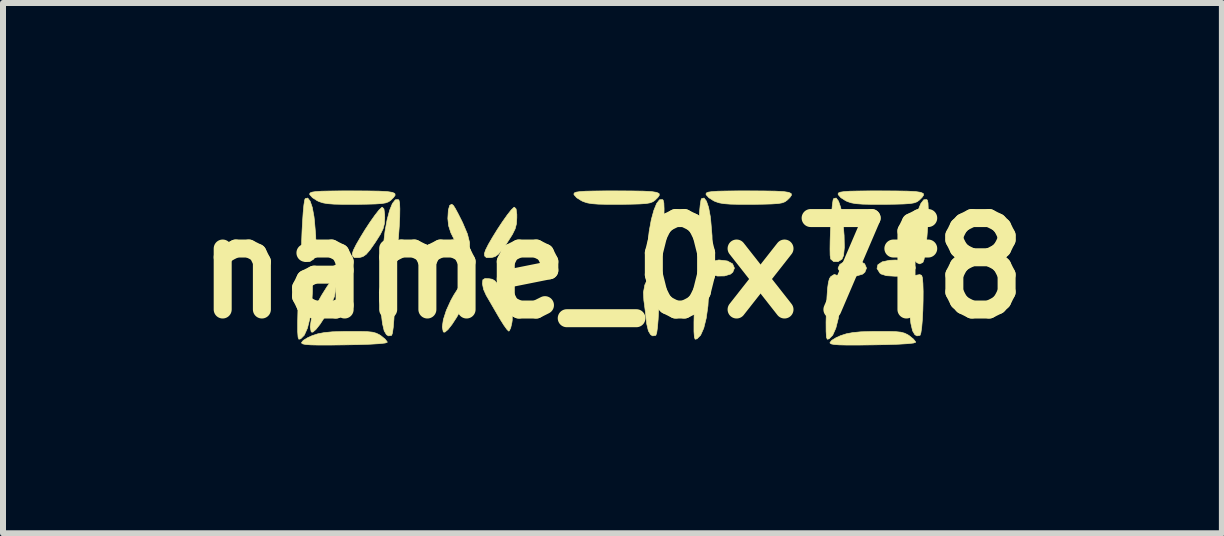
<source format=kicad_pcb>
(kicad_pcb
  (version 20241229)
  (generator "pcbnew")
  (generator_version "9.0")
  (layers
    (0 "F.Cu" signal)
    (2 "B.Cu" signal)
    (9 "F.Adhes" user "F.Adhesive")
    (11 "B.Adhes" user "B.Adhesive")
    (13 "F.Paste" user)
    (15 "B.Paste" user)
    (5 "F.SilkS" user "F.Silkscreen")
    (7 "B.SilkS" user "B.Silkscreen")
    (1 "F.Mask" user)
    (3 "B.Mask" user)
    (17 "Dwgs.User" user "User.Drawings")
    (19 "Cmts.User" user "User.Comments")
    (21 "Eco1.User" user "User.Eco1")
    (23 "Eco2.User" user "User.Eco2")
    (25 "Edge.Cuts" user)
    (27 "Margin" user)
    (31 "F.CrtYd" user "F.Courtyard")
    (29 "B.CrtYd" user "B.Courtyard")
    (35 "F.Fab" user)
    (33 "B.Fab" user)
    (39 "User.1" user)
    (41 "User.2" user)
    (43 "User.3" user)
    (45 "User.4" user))
  (footprint "name_0x7f8"
    (layer "F.Cu")
    (at 7.156 1.418)
    (property "Reference" "name_0x7f8" (at 0 0 0) (layer "F.SilkS") (effects (font (size 1.524 1.524) (thickness 0.3))))
    (attr through_hole)
    (fp_poly (pts (xy 1.915 -0.119) (xy 2.001 -0.072) (xy 2.032 -0.000094) (xy 2.032 0) (xy 2.005 0.068) (xy 1.966 0.1) (xy 1.867 0.13) (xy 1.751 0.132) (xy 1.651 0.108) (xy 1.611 0.082) (xy 1.568 0.028) (xy 1.558 0) (xy 1.588 -0.061) (xy 1.664 -0.111) (xy 1.764 -0.135) (xy 1.783 -0.135) (xy 1.915 -0.119)) (stroke (width 0.01) (type solid)) (fill yes) (layer "F.SilkS"))
    (fp_poly (pts (xy 4.116 -0.119) (xy 4.202 -0.072) (xy 4.233 -0.000094) (xy 4.233 0) (xy 4.206 0.068) (xy 4.168 0.1) (xy 4.068 0.13) (xy 3.953 0.132) (xy 3.852 0.108) (xy 3.812 0.082) (xy 3.77 0.028) (xy 3.759 0) (xy 3.789 -0.061) (xy 3.865 -0.111) (xy 3.965 -0.135) (xy 3.984 -0.135) (xy 4.116 -0.119)) (stroke (width 0.01) (type solid)) (fill yes) (layer "F.SilkS"))
    (fp_poly (pts (xy 4.881 -0.125) (xy 4.989 -0.092) (xy 5.04 -0.036) (xy 5.046 0) (xy 5.02 0.068) (xy 4.939 0.112) (xy 4.8 0.133) (xy 4.712 0.135) (xy 4.564 0.126) (xy 4.474 0.097) (xy 4.456 0.082) (xy 4.408 0.006) (xy 4.423 -0.057) (xy 4.495 -0.105) (xy 4.619 -0.131) (xy 4.712 -0.135) (xy 4.881 -0.125)) (stroke (width 0.01) (type solid)) (fill yes) (layer "F.SilkS"))
    (fp_poly (pts (xy -4.616 0.204) (xy -4.606 0.279) (xy -4.606 0.31) (xy -4.632 0.47) (xy -4.712 0.663) (xy -4.716 0.672) (xy -4.795 0.815) (xy -4.873 0.935) (xy -4.942 1.022) (xy -4.994 1.067) (xy -5.02 1.064) (xy -5.037 0.981) (xy -5.019 0.857) (xy -4.971 0.705) (xy -4.895 0.54) (xy -4.847 0.453) (xy -4.754 0.305) (xy -4.687 0.215) (xy -4.642 0.182) (xy -4.616 0.204)) (stroke (width 0.01) (type solid)) (fill yes) (layer "F.SilkS"))
    (fp_poly (pts (xy -2.415 0.204) (xy -2.405 0.279) (xy -2.405 0.31) (xy -2.431 0.47) (xy -2.51 0.663) (xy -2.515 0.672) (xy -2.594 0.815) (xy -2.672 0.935) (xy -2.74 1.022) (xy -2.793 1.067) (xy -2.819 1.064) (xy -2.836 0.981) (xy -2.818 0.857) (xy -2.769 0.705) (xy -2.694 0.54) (xy -2.646 0.453) (xy -2.552 0.305) (xy -2.485 0.215) (xy -2.441 0.182) (xy -2.415 0.204)) (stroke (width 0.01) (type solid)) (fill yes) (layer "F.SilkS"))
    (fp_poly (pts (xy -5.054 0.123) (xy -5.022 0.157) (xy -5.005 0.219) (xy -4.999 0.325) (xy -5 0.393) (xy -5.013 0.63) (xy -5.042 0.835) (xy -5.083 1) (xy -5.135 1.117) (xy -5.195 1.178) (xy -5.226 1.185) (xy -5.239 1.152) (xy -5.246 1.055) (xy -5.246 0.898) (xy -5.241 0.69) (xy -5.232 0.486) (xy -5.221 0.339) (xy -5.208 0.239) (xy -5.19 0.176) (xy -5.167 0.141) (xy -5.109 0.105) (xy -5.054 0.123)) (stroke (width 0.01) (type solid)) (fill yes) (layer "F.SilkS"))
    (fp_poly (pts (xy 1.55 0.123) (xy 1.582 0.157) (xy 1.599 0.219) (xy 1.605 0.325) (xy 1.604 0.393) (xy 1.591 0.63) (xy 1.562 0.835) (xy 1.521 1) (xy 1.469 1.117) (xy 1.409 1.178) (xy 1.378 1.185) (xy 1.365 1.152) (xy 1.358 1.055) (xy 1.358 0.898) (xy 1.363 0.69) (xy 1.372 0.486) (xy 1.383 0.339) (xy 1.396 0.239) (xy 1.414 0.176) (xy 1.437 0.141) (xy 1.495 0.105) (xy 1.55 0.123)) (stroke (width 0.01) (type solid)) (fill yes) (layer "F.SilkS"))
    (fp_poly (pts (xy 3.751 0.123) (xy 3.784 0.157) (xy 3.801 0.219) (xy 3.806 0.325) (xy 3.805 0.393) (xy 3.792 0.63) (xy 3.764 0.835) (xy 3.722 1) (xy 3.67 1.117) (xy 3.61 1.178) (xy 3.58 1.185) (xy 3.566 1.152) (xy 3.56 1.055) (xy 3.559 0.898) (xy 3.565 0.69) (xy 3.574 0.486) (xy 3.584 0.339) (xy 3.598 0.239) (xy 3.615 0.176) (xy 3.638 0.141) (xy 3.696 0.105) (xy 3.751 0.123)) (stroke (width 0.01) (type solid)) (fill yes) (layer "F.SilkS"))
    (fp_poly (pts (xy -5.038 -1.116) (xy -5.002 -1.011) (xy -4.974 -0.86) (xy -4.967 -0.799) (xy -4.945 -0.541) (xy -4.941 -0.345) (xy -4.955 -0.212) (xy -4.98 -0.15) (xy -5.046 -0.108) (xy -5.119 -0.109) (xy -5.169 -0.152) (xy -5.171 -0.156) (xy -5.178 -0.213) (xy -5.181 -0.318) (xy -5.179 -0.458) (xy -5.173 -0.617) (xy -5.164 -0.779) (xy -5.154 -0.929) (xy -5.142 -1.053) (xy -5.129 -1.135) (xy -5.12 -1.158) (xy -5.078 -1.168) (xy -5.038 -1.116)) (stroke (width 0.01) (type solid)) (fill yes) (layer "F.SilkS"))
    (fp_poly (pts (xy 1.566 -1.116) (xy 1.602 -1.011) (xy 1.63 -0.86) (xy 1.637 -0.799) (xy 1.659 -0.541) (xy 1.663 -0.345) (xy 1.649 -0.212) (xy 1.624 -0.15) (xy 1.558 -0.108) (xy 1.485 -0.109) (xy 1.435 -0.152) (xy 1.433 -0.156) (xy 1.426 -0.213) (xy 1.423 -0.318) (xy 1.425 -0.458) (xy 1.431 -0.617) (xy 1.44 -0.779) (xy 1.45 -0.929) (xy 1.462 -1.053) (xy 1.475 -1.135) (xy 1.484 -1.158) (xy 1.526 -1.168) (xy 1.566 -1.116)) (stroke (width 0.01) (type solid)) (fill yes) (layer "F.SilkS"))
    (fp_poly (pts (xy 3.767 -1.116) (xy 3.803 -1.011) (xy 3.831 -0.86) (xy 3.839 -0.799) (xy 3.86 -0.541) (xy 3.864 -0.345) (xy 3.851 -0.212) (xy 3.825 -0.15) (xy 3.759 -0.108) (xy 3.686 -0.109) (xy 3.636 -0.152) (xy 3.635 -0.156) (xy 3.627 -0.213) (xy 3.625 -0.318) (xy 3.627 -0.458) (xy 3.632 -0.617) (xy 3.641 -0.779) (xy 3.652 -0.929) (xy 3.664 -1.053) (xy 3.676 -1.135) (xy 3.685 -1.158) (xy 3.727 -1.168) (xy 3.767 -1.116)) (stroke (width 0.01) (type solid)) (fill yes) (layer "F.SilkS"))
    (fp_poly (pts (xy -3.653 0.121) (xy -3.64 0.162) (xy -3.632 0.256) (xy -3.628 0.387) (xy -3.629 0.541) (xy -3.634 0.702) (xy -3.642 0.855) (xy -3.653 0.986) (xy -3.666 1.08) (xy -3.68 1.12) (xy -3.731 1.129) (xy -3.766 1.109) (xy -3.804 1.045) (xy -3.832 0.926) (xy -3.84 0.864) (xy -3.855 0.729) (xy -3.871 0.602) (xy -3.88 0.54) (xy -3.886 0.404) (xy -3.863 0.28) (xy -3.818 0.181) (xy -3.756 0.12) (xy -3.685 0.108) (xy -3.653 0.121)) (stroke (width 0.01) (type solid)) (fill yes) (layer "F.SilkS"))
    (fp_poly (pts (xy -2.65 -1.043) (xy -2.618 -0.992) (xy -2.568 -0.899) (xy -2.508 -0.78) (xy -2.492 -0.746) (xy -2.417 -0.569) (xy -2.381 -0.426) (xy -2.381 -0.297) (xy -2.4 -0.207) (xy -2.422 -0.154) (xy -2.449 -0.161) (xy -2.46 -0.173) (xy -2.493 -0.225) (xy -2.548 -0.317) (xy -2.613 -0.431) (xy -2.62 -0.444) (xy -2.693 -0.589) (xy -2.731 -0.707) (xy -2.743 -0.823) (xy -2.743 -0.833) (xy -2.735 -0.968) (xy -2.712 -1.046) (xy -2.678 -1.065) (xy -2.65 -1.043)) (stroke (width 0.01) (type solid)) (fill yes) (layer "F.SilkS"))
    (fp_poly (pts (xy 0.749 0.121) (xy 0.763 0.162) (xy 0.771 0.256) (xy 0.774 0.387) (xy 0.774 0.541) (xy 0.769 0.702) (xy 0.761 0.855) (xy 0.75 0.986) (xy 0.737 1.08) (xy 0.722 1.12) (xy 0.671 1.129) (xy 0.636 1.109) (xy 0.598 1.045) (xy 0.57 0.926) (xy 0.563 0.864) (xy 0.548 0.729) (xy 0.532 0.602) (xy 0.523 0.54) (xy 0.516 0.404) (xy 0.539 0.28) (xy 0.585 0.181) (xy 0.647 0.12) (xy 0.717 0.108) (xy 0.749 0.121)) (stroke (width 0.01) (type solid)) (fill yes) (layer "F.SilkS"))
    (fp_poly (pts (xy 5.152 0.121) (xy 5.165 0.162) (xy 5.173 0.256) (xy 5.177 0.387) (xy 5.176 0.541) (xy 5.172 0.702) (xy 5.164 0.855) (xy 5.153 0.986) (xy 5.139 1.08) (xy 5.125 1.12) (xy 5.074 1.129) (xy 5.039 1.109) (xy 5.001 1.045) (xy 4.973 0.926) (xy 4.965 0.864) (xy 4.951 0.729) (xy 4.935 0.602) (xy 4.925 0.54) (xy 4.919 0.404) (xy 4.942 0.28) (xy 4.988 0.181) (xy 5.049 0.12) (xy 5.12 0.108) (xy 5.152 0.121)) (stroke (width 0.01) (type solid)) (fill yes) (layer "F.SilkS"))
    (fp_poly (pts (xy -3.558 -1.133) (xy -3.547 -1.086) (xy -3.543 -0.988) (xy -3.545 -0.853) (xy -3.553 -0.695) (xy -3.565 -0.53) (xy -3.579 -0.373) (xy -3.596 -0.238) (xy -3.614 -0.141) (xy -3.632 -0.096) (xy -3.633 -0.095) (xy -3.686 -0.071) (xy -3.73 -0.089) (xy -3.774 -0.133) (xy -3.808 -0.188) (xy -3.822 -0.266) (xy -3.817 -0.388) (xy -3.816 -0.396) (xy -3.79 -0.616) (xy -3.755 -0.808) (xy -3.713 -0.965) (xy -3.667 -1.077) (xy -3.618 -1.139) (xy -3.571 -1.143) (xy -3.558 -1.133)) (stroke (width 0.01) (type solid)) (fill yes) (layer "F.SilkS"))
    (fp_poly (pts (xy 0.844 -1.133) (xy 0.856 -1.086) (xy 0.86 -0.988) (xy 0.858 -0.853) (xy 0.85 -0.695) (xy 0.838 -0.53) (xy 0.823 -0.373) (xy 0.806 -0.238) (xy 0.788 -0.141) (xy 0.77 -0.096) (xy 0.769 -0.095) (xy 0.717 -0.071) (xy 0.673 -0.089) (xy 0.629 -0.133) (xy 0.594 -0.188) (xy 0.581 -0.266) (xy 0.586 -0.388) (xy 0.587 -0.396) (xy 0.612 -0.616) (xy 0.647 -0.808) (xy 0.69 -0.965) (xy 0.736 -1.077) (xy 0.784 -1.139) (xy 0.832 -1.143) (xy 0.844 -1.133)) (stroke (width 0.01) (type solid)) (fill yes) (layer "F.SilkS"))
    (fp_poly (pts (xy 5.247 -1.133) (xy 5.258 -1.086) (xy 5.262 -0.988) (xy 5.26 -0.853) (xy 5.253 -0.695) (xy 5.241 -0.53) (xy 5.226 -0.373) (xy 5.209 -0.238) (xy 5.191 -0.141) (xy 5.173 -0.096) (xy 5.172 -0.095) (xy 5.12 -0.071) (xy 5.075 -0.089) (xy 5.031 -0.133) (xy 4.997 -0.188) (xy 4.984 -0.266) (xy 4.988 -0.388) (xy 4.989 -0.396) (xy 5.015 -0.616) (xy 5.05 -0.808) (xy 5.092 -0.965) (xy 5.139 -1.077) (xy 5.187 -1.139) (xy 5.235 -1.143) (xy 5.247 -1.133)) (stroke (width 0.01) (type solid)) (fill yes) (layer "F.SilkS"))
    (fp_poly (pts (xy -3.808 -0.986) (xy -3.796 -0.895) (xy -3.795 -0.838) (xy -3.801 -0.739) (xy -3.823 -0.654) (xy -3.869 -0.561) (xy -3.947 -0.438) (xy -3.957 -0.423) (xy -4.041 -0.303) (xy -4.104 -0.23) (xy -4.159 -0.192) (xy -4.218 -0.176) (xy -4.226 -0.176) (xy -4.301 -0.175) (xy -4.331 -0.202) (xy -4.335 -0.242) (xy -4.317 -0.299) (xy -4.27 -0.393) (xy -4.201 -0.512) (xy -4.121 -0.643) (xy -4.036 -0.772) (xy -3.956 -0.885) (xy -3.889 -0.97) (xy -3.843 -1.013) (xy -3.835 -1.015) (xy -3.808 -0.986)) (stroke (width 0.01) (type solid)) (fill yes) (layer "F.SilkS"))
    (fp_poly (pts (xy -1.606 -0.986) (xy -1.594 -0.895) (xy -1.594 -0.838) (xy -1.6 -0.739) (xy -1.622 -0.654) (xy -1.668 -0.561) (xy -1.746 -0.438) (xy -1.755 -0.423) (xy -1.84 -0.303) (xy -1.903 -0.23) (xy -1.957 -0.192) (xy -2.016 -0.176) (xy -2.024 -0.176) (xy -2.1 -0.175) (xy -2.13 -0.202) (xy -2.134 -0.242) (xy -2.116 -0.299) (xy -2.069 -0.393) (xy -2 -0.512) (xy -1.919 -0.643) (xy -1.834 -0.772) (xy -1.754 -0.885) (xy -1.687 -0.97) (xy -1.642 -1.013) (xy -1.634 -1.015) (xy -1.606 -0.986)) (stroke (width 0.01) (type solid)) (fill yes) (layer "F.SilkS"))
    (fp_poly (pts (xy -2.057 0.176) (xy -2.004 0.185) (xy -1.96 0.211) (xy -1.916 0.263) (xy -1.863 0.355) (xy -1.8 0.477) (xy -1.73 0.619) (xy -1.688 0.72) (xy -1.67 0.796) (xy -1.67 0.866) (xy -1.676 0.909) (xy -1.696 0.996) (xy -1.72 1.045) (xy -1.729 1.05) (xy -1.758 1.022) (xy -1.81 0.95) (xy -1.876 0.845) (xy -1.9 0.804) (xy -1.975 0.675) (xy -2.045 0.554) (xy -2.097 0.465) (xy -2.104 0.453) (xy -2.148 0.355) (xy -2.167 0.261) (xy -2.167 0.256) (xy -2.16 0.194) (xy -2.124 0.173) (xy -2.057 0.176)) (stroke (width 0.01) (type solid)) (fill yes) (layer "F.SilkS"))
    (fp_poly (pts (xy -4.089 1.058) (xy -4 1.067) (xy -3.937 1.084) (xy -3.884 1.11) (xy -3.858 1.127) (xy -3.789 1.183) (xy -3.754 1.228) (xy -3.753 1.236) (xy -3.788 1.248) (xy -3.886 1.259) (xy -4.041 1.268) (xy -4.248 1.275) (xy -4.47 1.279) (xy -4.712 1.282) (xy -4.894 1.282) (xy -5.024 1.279) (xy -5.11 1.273) (xy -5.159 1.263) (xy -5.18 1.249) (xy -5.182 1.241) (xy -5.152 1.204) (xy -5.077 1.158) (xy -5.004 1.125) (xy -4.908 1.094) (xy -4.801 1.074) (xy -4.667 1.061) (xy -4.489 1.056) (xy -4.398 1.055) (xy -4.216 1.055) (xy -4.089 1.058)) (stroke (width 0.01) (type solid)) (fill yes) (layer "F.SilkS"))
    (fp_poly (pts (xy 4.717 1.058) (xy 4.805 1.067) (xy 4.868 1.084) (xy 4.921 1.11) (xy 4.947 1.127) (xy 5.016 1.183) (xy 5.051 1.228) (xy 5.052 1.236) (xy 5.017 1.248) (xy 4.919 1.259) (xy 4.764 1.268) (xy 4.557 1.275) (xy 4.335 1.279) (xy 4.093 1.282) (xy 3.911 1.282) (xy 3.781 1.279) (xy 3.696 1.273) (xy 3.646 1.263) (xy 3.626 1.249) (xy 3.624 1.241) (xy 3.653 1.204) (xy 3.728 1.158) (xy 3.802 1.125) (xy 3.898 1.094) (xy 4.005 1.074) (xy 4.139 1.061) (xy 4.317 1.056) (xy 4.408 1.055) (xy 4.589 1.055) (xy 4.717 1.058)) (stroke (width 0.01) (type solid)) (fill yes) (layer "F.SilkS"))
    (fp_poly (pts (xy -4.082 -1.286) (xy -3.891 -1.283) (xy -3.756 -1.276) (xy -3.669 -1.263) (xy -3.627 -1.244) (xy -3.621 -1.216) (xy -3.647 -1.178) (xy -3.695 -1.131) (xy -3.73 -1.106) (xy -3.776 -1.088) (xy -3.847 -1.076) (xy -3.952 -1.069) (xy -4.104 -1.065) (xy -4.279 -1.063) (xy -4.485 -1.063) (xy -4.637 -1.066) (xy -4.746 -1.074) (xy -4.826 -1.088) (xy -4.889 -1.109) (xy -4.919 -1.123) (xy -4.998 -1.173) (xy -5.043 -1.223) (xy -5.046 -1.236) (xy -5.038 -1.253) (xy -5.008 -1.266) (xy -4.948 -1.275) (xy -4.849 -1.282) (xy -4.705 -1.285) (xy -4.507 -1.287) (xy -4.335 -1.287) (xy -4.082 -1.286)) (stroke (width 0.01) (type solid)) (fill yes) (layer "F.SilkS"))
    (fp_poly (pts (xy 0.32 -1.286) (xy 0.512 -1.283) (xy 0.647 -1.276) (xy 0.733 -1.263) (xy 0.776 -1.244) (xy 0.781 -1.216) (xy 0.756 -1.178) (xy 0.708 -1.131) (xy 0.673 -1.106) (xy 0.626 -1.088) (xy 0.556 -1.076) (xy 0.45 -1.069) (xy 0.298 -1.065) (xy 0.123 -1.063) (xy -0.083 -1.063) (xy -0.234 -1.066) (xy -0.343 -1.074) (xy -0.423 -1.088) (xy -0.486 -1.109) (xy -0.516 -1.123) (xy -0.596 -1.173) (xy -0.64 -1.223) (xy -0.643 -1.236) (xy -0.635 -1.253) (xy -0.605 -1.266) (xy -0.545 -1.275) (xy -0.447 -1.282) (xy -0.302 -1.285) (xy -0.104 -1.287) (xy 0.068 -1.287) (xy 0.32 -1.286)) (stroke (width 0.01) (type solid)) (fill yes) (layer "F.SilkS"))
    (fp_poly (pts (xy 2.522 -1.286) (xy 2.713 -1.283) (xy 2.848 -1.276) (xy 2.935 -1.263) (xy 2.977 -1.244) (xy 2.983 -1.216) (xy 2.957 -1.178) (xy 2.909 -1.131) (xy 2.874 -1.106) (xy 2.828 -1.088) (xy 2.757 -1.076) (xy 2.652 -1.069) (xy 2.5 -1.065) (xy 2.325 -1.063) (xy 2.119 -1.063) (xy 1.967 -1.066) (xy 1.858 -1.074) (xy 1.778 -1.088) (xy 1.715 -1.109) (xy 1.685 -1.123) (xy 1.606 -1.173) (xy 1.561 -1.223) (xy 1.558 -1.236) (xy 1.566 -1.253) (xy 1.596 -1.266) (xy 1.656 -1.275) (xy 1.755 -1.282) (xy 1.899 -1.285) (xy 2.097 -1.287) (xy 2.269 -1.287) (xy 2.522 -1.286)) (stroke (width 0.01) (type solid)) (fill yes) (layer "F.SilkS"))
    (fp_poly (pts (xy 4.723 -1.286) (xy 4.914 -1.283) (xy 5.05 -1.276) (xy 5.136 -1.263) (xy 5.179 -1.244) (xy 5.184 -1.216) (xy 5.158 -1.178) (xy 5.11 -1.131) (xy 5.076 -1.106) (xy 5.029 -1.088) (xy 4.958 -1.076) (xy 4.853 -1.069) (xy 4.701 -1.065) (xy 4.526 -1.063) (xy 4.32 -1.063) (xy 4.169 -1.066) (xy 4.059 -1.074) (xy 3.98 -1.088) (xy 3.916 -1.109) (xy 3.886 -1.123) (xy 3.807 -1.173) (xy 3.763 -1.223) (xy 3.759 -1.236) (xy 3.767 -1.253) (xy 3.798 -1.266) (xy 3.858 -1.275) (xy 3.956 -1.282) (xy 4.1 -1.285) (xy 4.299 -1.287) (xy 4.47 -1.287) (xy 4.723 -1.286)) (stroke (width 0.01) (type solid)) (fill yes) (layer "F.SilkS")))
  (gr_rect
    (start -3 -3)
    (end 17.311 5.836)
    (stroke (width 0.1) (type default))
    (fill no)
    (layer "Edge.Cuts")))
</source>
